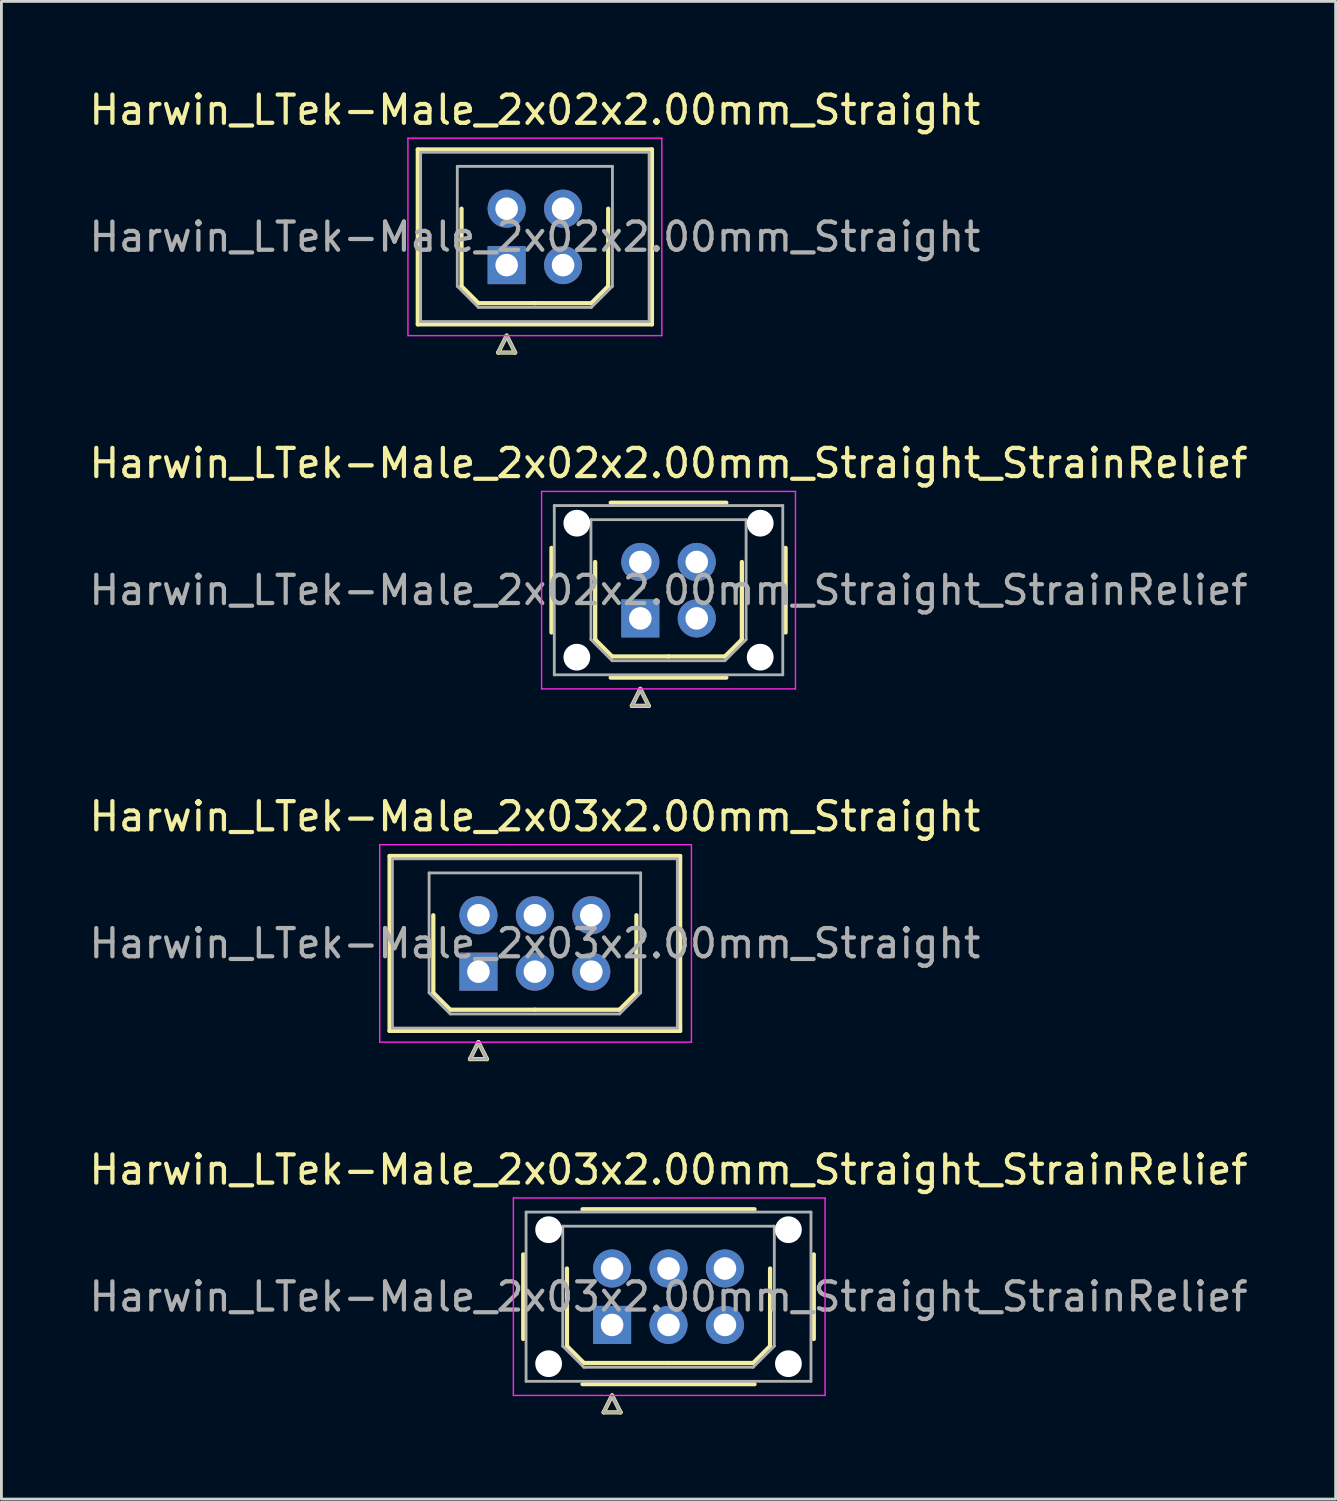
<source format=kicad_pcb>
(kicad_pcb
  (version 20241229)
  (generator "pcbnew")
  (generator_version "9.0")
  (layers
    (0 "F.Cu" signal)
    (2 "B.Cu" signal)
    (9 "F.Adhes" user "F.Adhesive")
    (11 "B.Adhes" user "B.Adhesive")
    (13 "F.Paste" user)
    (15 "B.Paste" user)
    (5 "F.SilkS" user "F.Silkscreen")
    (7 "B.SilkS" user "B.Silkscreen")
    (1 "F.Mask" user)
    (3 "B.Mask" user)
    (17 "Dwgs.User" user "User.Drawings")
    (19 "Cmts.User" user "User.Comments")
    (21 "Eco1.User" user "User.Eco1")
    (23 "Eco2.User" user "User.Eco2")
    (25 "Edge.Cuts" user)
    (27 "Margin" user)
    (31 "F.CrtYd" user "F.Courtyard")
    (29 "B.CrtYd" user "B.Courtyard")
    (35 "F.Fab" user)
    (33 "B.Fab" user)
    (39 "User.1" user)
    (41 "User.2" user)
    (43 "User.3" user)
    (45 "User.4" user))
  (footprint "Harwin_LTek-Male_2x03x2.00mm_Straight_StrainRelief"
    (layer "F.Cu")
    (at 18.649 43.918)
    (property "Reference" "Harwin_LTek-Male_2x03x2.00mm_Straight_StrainRelief" (at 2 -5.5 0) (layer "F.SilkS") (effects (font (size 1 1) (thickness 0.15))))
    (attr through_hole)
    (fp_line (start -3.15 -2.5) (end -3.15 0.5) (stroke (width 0.15) (type solid)) (layer "F.SilkS"))
    (fp_line (start -1.6 -2) (end -1.6 0.75) (stroke (width 0.15) (type solid)) (layer "F.SilkS"))
    (fp_line (start -1.6 0.75) (end -1 1.35) (stroke (width 0.15) (type solid)) (layer "F.SilkS"))
    (fp_line (start -1.05 -4.1) (end 5.05 -4.1) (stroke (width 0.15) (type solid)) (layer "F.SilkS"))
    (fp_line (start -1.05 2.1) (end 5.05 2.1) (stroke (width 0.15) (type solid)) (layer "F.SilkS"))
    (fp_line (start -1 1.35) (end 2 1.35) (stroke (width 0.15) (type solid)) (layer "F.SilkS"))
    (fp_line (start -0.3 3.1) (end 0.3 3.1) (stroke (width 0.15) (type solid)) (layer "F.SilkS"))
    (fp_line (start 0 2.5) (end -0.3 3.1) (stroke (width 0.15) (type solid)) (layer "F.SilkS"))
    (fp_line (start 0.3 3.1) (end 0 2.5) (stroke (width 0.15) (type solid)) (layer "F.SilkS"))
    (fp_line (start 5 1.35) (end 2 1.35) (stroke (width 0.15) (type solid)) (layer "F.SilkS"))
    (fp_line (start 5.6 -2) (end 5.6 0.75) (stroke (width 0.15) (type solid)) (layer "F.SilkS"))
    (fp_line (start 5.6 0.75) (end 5 1.35) (stroke (width 0.15) (type solid)) (layer "F.SilkS"))
    (fp_line (start 7.15 -2.5) (end 7.15 0.5) (stroke (width 0.15) (type solid)) (layer "F.SilkS"))
    (fp_line (start -3.5 -4.5) (end -3.5 2.5) (stroke (width 0.05) (type solid)) (layer "F.CrtYd"))
    (fp_line (start -3.5 2.5) (end 7.55 2.5) (stroke (width 0.05) (type solid)) (layer "F.CrtYd"))
    (fp_line (start 7.55 -4.5) (end -3.5 -4.5) (stroke (width 0.05) (type solid)) (layer "F.CrtYd"))
    (fp_line (start 7.55 2.5) (end 7.55 -4.5) (stroke (width 0.05) (type solid)) (layer "F.CrtYd"))
    (fp_line (start -3.05 -4) (end -3.05 2) (stroke (width 0.1) (type solid)) (layer "F.Fab"))
    (fp_line (start -3.05 2) (end 7.05 2) (stroke (width 0.1) (type solid)) (layer "F.Fab"))
    (fp_line (start -1.75 -3.5) (end 5.75 -3.5) (stroke (width 0.1) (type solid)) (layer "F.Fab"))
    (fp_line (start -1.75 0.75) (end -1.75 -3.5) (stroke (width 0.1) (type solid)) (layer "F.Fab"))
    (fp_line (start -1 1.5) (end -1.75 0.75) (stroke (width 0.1) (type solid)) (layer "F.Fab"))
    (fp_line (start -0.3 3.1) (end 0.3 3.1) (stroke (width 0.1) (type solid)) (layer "F.Fab"))
    (fp_line (start 0 2.5) (end -0.3 3.1) (stroke (width 0.1) (type solid)) (layer "F.Fab"))
    (fp_line (start 0.3 3.1) (end 0 2.5) (stroke (width 0.1) (type solid)) (layer "F.Fab"))
    (fp_line (start 5 1.5) (end -1 1.5) (stroke (width 0.1) (type solid)) (layer "F.Fab"))
    (fp_line (start 5.75 -3.5) (end 5.75 0.75) (stroke (width 0.1) (type solid)) (layer "F.Fab"))
    (fp_line (start 5.75 0.75) (end 5 1.5) (stroke (width 0.1) (type solid)) (layer "F.Fab"))
    (fp_line (start 7.05 -4) (end -3.05 -4) (stroke (width 0.1) (type solid)) (layer "F.Fab"))
    (fp_line (start 7.05 2) (end 7.05 -4) (stroke (width 0.1) (type solid)) (layer "F.Fab"))
    (fp_text user "${REFERENCE}" (at 2 -1 0) (layer "F.Fab") (effects (font (size 1 1) (thickness 0.15))))
    (pad "" np_thru_hole circle (at -2.25 -3.375) (size 0.95 0.95) (drill 0.95) (layers "*.Cu" "*.Mask"))
    (pad "" np_thru_hole circle (at -2.25 1.375) (size 0.95 0.95) (drill 0.95) (layers "*.Cu" "*.Mask"))
    (pad "" np_thru_hole circle (at 6.25 -3.375) (size 0.95 0.95) (drill 0.95) (layers "*.Cu" "*.Mask"))
    (pad "" np_thru_hole circle (at 6.25 1.375) (size 0.95 0.95) (drill 0.95) (layers "*.Cu" "*.Mask"))
    (pad "1" thru_hole rect (at 0 0) (size 1.35 1.35) (drill 0.8) (layers "*.Cu" "*.Mask"))
    (pad "2" thru_hole circle (at 2 0) (size 1.35 1.35) (drill 0.8) (layers "*.Cu" "*.Mask"))
    (pad "3" thru_hole circle (at 4 0) (size 1.35 1.35) (drill 0.8) (layers "*.Cu" "*.Mask"))
    (pad "4" thru_hole circle (at 0 -2) (size 1.35 1.35) (drill 0.8) (layers "*.Cu" "*.Mask"))
    (pad "5" thru_hole circle (at 2 -2) (size 1.35 1.35) (drill 0.8) (layers "*.Cu" "*.Mask"))
    (pad "6" thru_hole circle (at 4 -2) (size 1.35 1.35) (drill 0.8) (layers "*.Cu" "*.Mask")))
  (footprint "Harwin_LTek-Male_2x02x2.00mm_Straight"
    (layer "F.Cu")
    (at 14.911 6.348)
    (property "Reference" "Harwin_LTek-Male_2x02x2.00mm_Straight" (at 1 -5.5 0) (layer "F.SilkS") (effects (font (size 1 1) (thickness 0.15))))
    (attr through_hole)
    (fp_line (start -3.15 -4.1) (end -3.15 2.1) (stroke (width 0.15) (type solid)) (layer "F.SilkS"))
    (fp_line (start -3.15 2.1) (end 5.15 2.1) (stroke (width 0.15) (type solid)) (layer "F.SilkS"))
    (fp_line (start -1.6 -2) (end -1.6 0.75) (stroke (width 0.15) (type solid)) (layer "F.SilkS"))
    (fp_line (start -1.6 0.75) (end -1 1.35) (stroke (width 0.15) (type solid)) (layer "F.SilkS"))
    (fp_line (start -1 1.35) (end 1 1.35) (stroke (width 0.15) (type solid)) (layer "F.SilkS"))
    (fp_line (start -0.3 3.1) (end 0.3 3.1) (stroke (width 0.15) (type solid)) (layer "F.SilkS"))
    (fp_line (start 0 2.5) (end -0.3 3.1) (stroke (width 0.15) (type solid)) (layer "F.SilkS"))
    (fp_line (start 0.3 3.1) (end 0 2.5) (stroke (width 0.15) (type solid)) (layer "F.SilkS"))
    (fp_line (start 3 1.35) (end 1 1.35) (stroke (width 0.15) (type solid)) (layer "F.SilkS"))
    (fp_line (start 3.6 -2) (end 3.6 0.75) (stroke (width 0.15) (type solid)) (layer "F.SilkS"))
    (fp_line (start 3.6 0.75) (end 3 1.35) (stroke (width 0.15) (type solid)) (layer "F.SilkS"))
    (fp_line (start 5.15 -4.1) (end -3.15 -4.1) (stroke (width 0.15) (type solid)) (layer "F.SilkS"))
    (fp_line (start 5.15 2.1) (end 5.15 -4.1) (stroke (width 0.15) (type solid)) (layer "F.SilkS"))
    (fp_line (start -3.5 -4.5) (end -3.5 2.5) (stroke (width 0.05) (type solid)) (layer "F.CrtYd"))
    (fp_line (start -3.5 2.5) (end 5.5 2.5) (stroke (width 0.05) (type solid)) (layer "F.CrtYd"))
    (fp_line (start 5.5 -4.5) (end -3.5 -4.5) (stroke (width 0.05) (type solid)) (layer "F.CrtYd"))
    (fp_line (start 5.5 2.5) (end 5.5 -4.5) (stroke (width 0.05) (type solid)) (layer "F.CrtYd"))
    (fp_line (start -3.05 -4) (end -3.05 2) (stroke (width 0.1) (type solid)) (layer "F.Fab"))
    (fp_line (start -3.05 2) (end 5.05 2) (stroke (width 0.1) (type solid)) (layer "F.Fab"))
    (fp_line (start -1.75 -3.5) (end 3.75 -3.5) (stroke (width 0.1) (type solid)) (layer "F.Fab"))
    (fp_line (start -1.75 0.75) (end -1.75 -3.5) (stroke (width 0.1) (type solid)) (layer "F.Fab"))
    (fp_line (start -1 1.5) (end -1.75 0.75) (stroke (width 0.1) (type solid)) (layer "F.Fab"))
    (fp_line (start -0.3 3.1) (end 0.3 3.1) (stroke (width 0.1) (type solid)) (layer "F.Fab"))
    (fp_line (start 0 2.5) (end -0.3 3.1) (stroke (width 0.1) (type solid)) (layer "F.Fab"))
    (fp_line (start 0.3 3.1) (end 0 2.5) (stroke (width 0.1) (type solid)) (layer "F.Fab"))
    (fp_line (start 3 1.5) (end -1 1.5) (stroke (width 0.1) (type solid)) (layer "F.Fab"))
    (fp_line (start 3.75 -3.5) (end 3.75 0.75) (stroke (width 0.1) (type solid)) (layer "F.Fab"))
    (fp_line (start 3.75 0.75) (end 3 1.5) (stroke (width 0.1) (type solid)) (layer "F.Fab"))
    (fp_line (start 5.05 -4) (end -3.05 -4) (stroke (width 0.1) (type solid)) (layer "F.Fab"))
    (fp_line (start 5.05 2) (end 5.05 -4) (stroke (width 0.1) (type solid)) (layer "F.Fab"))
    (fp_text user "${REFERENCE}" (at 1 -1 0) (layer "F.Fab") (effects (font (size 1 1) (thickness 0.15))))
    (pad "1" thru_hole rect (at 0 0) (size 1.35 1.35) (drill 0.8) (layers "*.Cu" "*.Mask"))
    (pad "2" thru_hole circle (at 2 0) (size 1.35 1.35) (drill 0.8) (layers "*.Cu" "*.Mask"))
    (pad "3" thru_hole circle (at 0 -2) (size 1.35 1.35) (drill 0.8) (layers "*.Cu" "*.Mask"))
    (pad "4" thru_hole circle (at 2 -2) (size 1.35 1.35) (drill 0.8) (layers "*.Cu" "*.Mask")))
  (footprint "Harwin_LTek-Male_2x03x2.00mm_Straight"
    (layer "F.Cu")
    (at 13.911 31.395)
    (property "Reference" "Harwin_LTek-Male_2x03x2.00mm_Straight" (at 2 -5.5 0) (layer "F.SilkS") (effects (font (size 1 1) (thickness 0.15))))
    (attr through_hole)
    (fp_line (start -3.15 -4.1) (end -3.15 2.1) (stroke (width 0.15) (type solid)) (layer "F.SilkS"))
    (fp_line (start -3.15 2.1) (end 7.15 2.1) (stroke (width 0.15) (type solid)) (layer "F.SilkS"))
    (fp_line (start -1.6 -2) (end -1.6 0.75) (stroke (width 0.15) (type solid)) (layer "F.SilkS"))
    (fp_line (start -1.6 0.75) (end -1 1.35) (stroke (width 0.15) (type solid)) (layer "F.SilkS"))
    (fp_line (start -1 1.35) (end 2 1.35) (stroke (width 0.15) (type solid)) (layer "F.SilkS"))
    (fp_line (start -0.3 3.1) (end 0.3 3.1) (stroke (width 0.15) (type solid)) (layer "F.SilkS"))
    (fp_line (start 0 2.5) (end -0.3 3.1) (stroke (width 0.15) (type solid)) (layer "F.SilkS"))
    (fp_line (start 0.3 3.1) (end 0 2.5) (stroke (width 0.15) (type solid)) (layer "F.SilkS"))
    (fp_line (start 5 1.35) (end 2 1.35) (stroke (width 0.15) (type solid)) (layer "F.SilkS"))
    (fp_line (start 5.6 -2) (end 5.6 0.75) (stroke (width 0.15) (type solid)) (layer "F.SilkS"))
    (fp_line (start 5.6 0.75) (end 5 1.35) (stroke (width 0.15) (type solid)) (layer "F.SilkS"))
    (fp_line (start 7.15 -4.1) (end -3.15 -4.1) (stroke (width 0.15) (type solid)) (layer "F.SilkS"))
    (fp_line (start 7.15 2.1) (end 7.15 -4.1) (stroke (width 0.15) (type solid)) (layer "F.SilkS"))
    (fp_line (start -3.5 -4.5) (end -3.5 2.5) (stroke (width 0.05) (type solid)) (layer "F.CrtYd"))
    (fp_line (start -3.5 2.5) (end 7.55 2.5) (stroke (width 0.05) (type solid)) (layer "F.CrtYd"))
    (fp_line (start 7.55 -4.5) (end -3.5 -4.5) (stroke (width 0.05) (type solid)) (layer "F.CrtYd"))
    (fp_line (start 7.55 2.5) (end 7.55 -4.5) (stroke (width 0.05) (type solid)) (layer "F.CrtYd"))
    (fp_line (start -3.05 -4) (end -3.05 2) (stroke (width 0.1) (type solid)) (layer "F.Fab"))
    (fp_line (start -3.05 2) (end 7.05 2) (stroke (width 0.1) (type solid)) (layer "F.Fab"))
    (fp_line (start -1.75 -3.5) (end 5.75 -3.5) (stroke (width 0.1) (type solid)) (layer "F.Fab"))
    (fp_line (start -1.75 0.75) (end -1.75 -3.5) (stroke (width 0.1) (type solid)) (layer "F.Fab"))
    (fp_line (start -1 1.5) (end -1.75 0.75) (stroke (width 0.1) (type solid)) (layer "F.Fab"))
    (fp_line (start -0.3 3.1) (end 0.3 3.1) (stroke (width 0.1) (type solid)) (layer "F.Fab"))
    (fp_line (start 0 2.5) (end -0.3 3.1) (stroke (width 0.1) (type solid)) (layer "F.Fab"))
    (fp_line (start 0.3 3.1) (end 0 2.5) (stroke (width 0.1) (type solid)) (layer "F.Fab"))
    (fp_line (start 5 1.5) (end -1 1.5) (stroke (width 0.1) (type solid)) (layer "F.Fab"))
    (fp_line (start 5.75 -3.5) (end 5.75 0.75) (stroke (width 0.1) (type solid)) (layer "F.Fab"))
    (fp_line (start 5.75 0.75) (end 5 1.5) (stroke (width 0.1) (type solid)) (layer "F.Fab"))
    (fp_line (start 7.05 -4) (end -3.05 -4) (stroke (width 0.1) (type solid)) (layer "F.Fab"))
    (fp_line (start 7.05 2) (end 7.05 -4) (stroke (width 0.1) (type solid)) (layer "F.Fab"))
    (fp_text user "${REFERENCE}" (at 2 -1 0) (layer "F.Fab") (effects (font (size 1 1) (thickness 0.15))))
    (pad "1" thru_hole rect (at 0 0) (size 1.35 1.35) (drill 0.8) (layers "*.Cu" "*.Mask"))
    (pad "2" thru_hole circle (at 2 0) (size 1.35 1.35) (drill 0.8) (layers "*.Cu" "*.Mask"))
    (pad "3" thru_hole circle (at 4 0) (size 1.35 1.35) (drill 0.8) (layers "*.Cu" "*.Mask"))
    (pad "4" thru_hole circle (at 0 -2) (size 1.35 1.35) (drill 0.8) (layers "*.Cu" "*.Mask"))
    (pad "5" thru_hole circle (at 2 -2) (size 1.35 1.35) (drill 0.8) (layers "*.Cu" "*.Mask"))
    (pad "6" thru_hole circle (at 4 -2) (size 1.35 1.35) (drill 0.8) (layers "*.Cu" "*.Mask")))
  (footprint "Harwin_LTek-Male_2x02x2.00mm_Straight_StrainRelief"
    (layer "F.Cu")
    (at 19.649 18.872)
    (property "Reference" "Harwin_LTek-Male_2x02x2.00mm_Straight_StrainRelief" (at 1 -5.5 0) (layer "F.SilkS") (effects (font (size 1 1) (thickness 0.15))))
    (attr through_hole)
    (fp_line (start -3.15 -2.5) (end -3.15 0.5) (stroke (width 0.15) (type solid)) (layer "F.SilkS"))
    (fp_line (start -1.6 -2) (end -1.6 0.75) (stroke (width 0.15) (type solid)) (layer "F.SilkS"))
    (fp_line (start -1.6 0.75) (end -1 1.35) (stroke (width 0.15) (type solid)) (layer "F.SilkS"))
    (fp_line (start -1.05 -4.1) (end 3.05 -4.1) (stroke (width 0.15) (type solid)) (layer "F.SilkS"))
    (fp_line (start -1.05 2.1) (end 3.05 2.1) (stroke (width 0.15) (type solid)) (layer "F.SilkS"))
    (fp_line (start -1 1.35) (end 1 1.35) (stroke (width 0.15) (type solid)) (layer "F.SilkS"))
    (fp_line (start -0.3 3.1) (end 0.3 3.1) (stroke (width 0.15) (type solid)) (layer "F.SilkS"))
    (fp_line (start 0 2.5) (end -0.3 3.1) (stroke (width 0.15) (type solid)) (layer "F.SilkS"))
    (fp_line (start 0.3 3.1) (end 0 2.5) (stroke (width 0.15) (type solid)) (layer "F.SilkS"))
    (fp_line (start 3 1.35) (end 1 1.35) (stroke (width 0.15) (type solid)) (layer "F.SilkS"))
    (fp_line (start 3.6 -2) (end 3.6 0.75) (stroke (width 0.15) (type solid)) (layer "F.SilkS"))
    (fp_line (start 3.6 0.75) (end 3 1.35) (stroke (width 0.15) (type solid)) (layer "F.SilkS"))
    (fp_line (start 5.15 -2.5) (end 5.15 0.5) (stroke (width 0.15) (type solid)) (layer "F.SilkS"))
    (fp_line (start -3.5 -4.5) (end -3.5 2.5) (stroke (width 0.05) (type solid)) (layer "F.CrtYd"))
    (fp_line (start -3.5 2.5) (end 5.5 2.5) (stroke (width 0.05) (type solid)) (layer "F.CrtYd"))
    (fp_line (start 5.5 -4.5) (end -3.5 -4.5) (stroke (width 0.05) (type solid)) (layer "F.CrtYd"))
    (fp_line (start 5.5 2.5) (end 5.5 -4.5) (stroke (width 0.05) (type solid)) (layer "F.CrtYd"))
    (fp_line (start -3.05 -4) (end -3.05 2) (stroke (width 0.1) (type solid)) (layer "F.Fab"))
    (fp_line (start -3.05 2) (end 5.05 2) (stroke (width 0.1) (type solid)) (layer "F.Fab"))
    (fp_line (start -1.75 -3.5) (end 3.75 -3.5) (stroke (width 0.1) (type solid)) (layer "F.Fab"))
    (fp_line (start -1.75 0.75) (end -1.75 -3.5) (stroke (width 0.1) (type solid)) (layer "F.Fab"))
    (fp_line (start -1 1.5) (end -1.75 0.75) (stroke (width 0.1) (type solid)) (layer "F.Fab"))
    (fp_line (start -0.3 3.1) (end 0.3 3.1) (stroke (width 0.1) (type solid)) (layer "F.Fab"))
    (fp_line (start 0 2.5) (end -0.3 3.1) (stroke (width 0.1) (type solid)) (layer "F.Fab"))
    (fp_line (start 0.3 3.1) (end 0 2.5) (stroke (width 0.1) (type solid)) (layer "F.Fab"))
    (fp_line (start 3 1.5) (end -1 1.5) (stroke (width 0.1) (type solid)) (layer "F.Fab"))
    (fp_line (start 3.75 -3.5) (end 3.75 0.75) (stroke (width 0.1) (type solid)) (layer "F.Fab"))
    (fp_line (start 3.75 0.75) (end 3 1.5) (stroke (width 0.1) (type solid)) (layer "F.Fab"))
    (fp_line (start 5.05 -4) (end -3.05 -4) (stroke (width 0.1) (type solid)) (layer "F.Fab"))
    (fp_line (start 5.05 2) (end 5.05 -4) (stroke (width 0.1) (type solid)) (layer "F.Fab"))
    (fp_text user "${REFERENCE}" (at 1 -1 0) (layer "F.Fab") (effects (font (size 1 1) (thickness 0.15))))
    (pad "" np_thru_hole circle (at -2.25 -3.375) (size 0.95 0.95) (drill 0.95) (layers "*.Cu" "*.Mask"))
    (pad "" np_thru_hole circle (at -2.25 1.375) (size 0.95 0.95) (drill 0.95) (layers "*.Cu" "*.Mask"))
    (pad "" np_thru_hole circle (at 4.25 -3.375) (size 0.95 0.95) (drill 0.95) (layers "*.Cu" "*.Mask"))
    (pad "" np_thru_hole circle (at 4.25 1.375) (size 0.95 0.95) (drill 0.95) (layers "*.Cu" "*.Mask"))
    (pad "1" thru_hole rect (at 0 0) (size 1.35 1.35) (drill 0.8) (layers "*.Cu" "*.Mask"))
    (pad "2" thru_hole circle (at 2 0) (size 1.35 1.35) (drill 0.8) (layers "*.Cu" "*.Mask"))
    (pad "3" thru_hole circle (at 0 -2) (size 1.35 1.35) (drill 0.8) (layers "*.Cu" "*.Mask"))
    (pad "4" thru_hole circle (at 2 -2) (size 1.35 1.35) (drill 0.8) (layers "*.Cu" "*.Mask")))
  (gr_rect
    (start -3 -3)
    (end 44.298 50.093)
    (stroke (width 0.1) (type default))
    (fill no)
    (layer "Edge.Cuts")))
</source>
